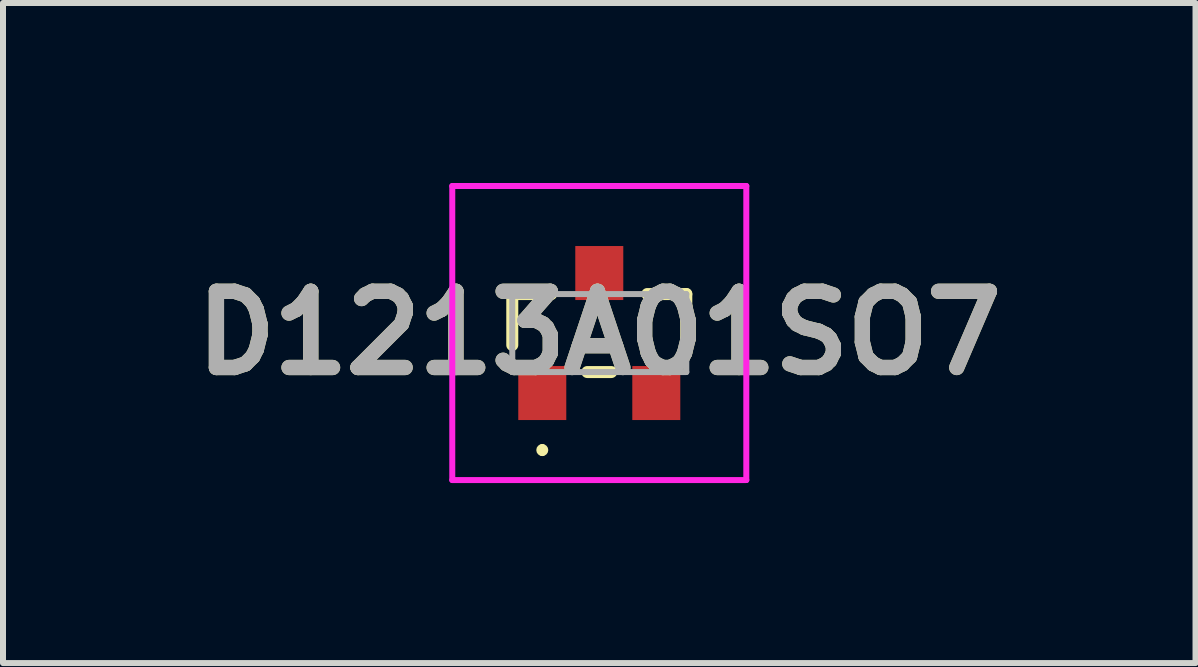
<source format=kicad_pcb>
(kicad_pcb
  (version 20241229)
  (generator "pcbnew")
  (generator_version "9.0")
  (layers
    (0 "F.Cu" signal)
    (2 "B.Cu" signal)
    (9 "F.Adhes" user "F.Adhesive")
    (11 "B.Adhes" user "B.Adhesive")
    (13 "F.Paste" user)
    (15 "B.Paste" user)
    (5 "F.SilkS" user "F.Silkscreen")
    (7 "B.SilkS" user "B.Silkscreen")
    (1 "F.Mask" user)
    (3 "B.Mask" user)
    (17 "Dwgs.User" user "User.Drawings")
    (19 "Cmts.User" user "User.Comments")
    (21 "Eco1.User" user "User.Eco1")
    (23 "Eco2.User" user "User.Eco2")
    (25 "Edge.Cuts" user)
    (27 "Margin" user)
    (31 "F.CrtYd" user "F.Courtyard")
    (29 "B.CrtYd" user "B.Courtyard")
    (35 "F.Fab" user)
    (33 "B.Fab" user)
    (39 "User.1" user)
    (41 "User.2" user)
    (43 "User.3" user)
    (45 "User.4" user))
  (footprint "D1213A01SO7"
    (layer "F.Cu")
    (at 6.937 2.5)
    (property "Reference" "D1213A01SO7" (at 0 0 0) (layer "F.SilkS") (effects (font (size 1.27 1.27) (thickness 0.254))))
    (attr smd)
    (fp_line (start -1.45 -0.65) (end -1.45 0.2) (stroke (width 0.2) (type solid)) (layer "F.SilkS"))
    (fp_line (start -0.95 1.9) (end -0.95 1.9) (stroke (width 0.1) (type solid)) (layer "F.SilkS"))
    (fp_line (start -0.95 2) (end -0.95 2) (stroke (width 0.1) (type solid)) (layer "F.SilkS"))
    (fp_line (start -0.8 -0.65) (end -1.45 -0.65) (stroke (width 0.2) (type solid)) (layer "F.SilkS"))
    (fp_line (start -0.2 0.65) (end 0.2 0.65) (stroke (width 0.2) (type solid)) (layer "F.SilkS"))
    (fp_line (start 0.8 -0.65) (end 1.45 -0.65) (stroke (width 0.2) (type solid)) (layer "F.SilkS"))
    (fp_line (start 1.45 -0.65) (end 1.45 0.2) (stroke (width 0.2) (type solid)) (layer "F.SilkS"))
    (fp_arc (start -0.95 1.9) (mid -0.9 1.95) (end -0.95 2) (stroke (width 0.1) (type solid)) (layer "F.SilkS"))
    (fp_arc (start -0.95 2) (mid -1 1.95) (end -0.95 1.9) (stroke (width 0.1) (type solid)) (layer "F.SilkS"))
    (fp_line (start -2.45 -2.45) (end 2.45 -2.45) (stroke (width 0.1) (type solid)) (layer "F.CrtYd"))
    (fp_line (start -2.45 2.45) (end -2.45 -2.45) (stroke (width 0.1) (type solid)) (layer "F.CrtYd"))
    (fp_line (start 2.45 -2.45) (end 2.45 2.45) (stroke (width 0.1) (type solid)) (layer "F.CrtYd"))
    (fp_line (start 2.45 2.45) (end -2.45 2.45) (stroke (width 0.1) (type solid)) (layer "F.CrtYd"))
    (fp_line (start -1.45 -0.65) (end 1.45 -0.65) (stroke (width 0.1) (type solid)) (layer "F.Fab"))
    (fp_line (start -1.45 0.65) (end -1.45 -0.65) (stroke (width 0.1) (type solid)) (layer "F.Fab"))
    (fp_line (start 1.45 -0.65) (end 1.45 0.65) (stroke (width 0.1) (type solid)) (layer "F.Fab"))
    (fp_line (start 1.45 0.65) (end -1.45 0.65) (stroke (width 0.1) (type solid)) (layer "F.Fab"))
    (fp_text user "${REFERENCE}" (at 0 0 0) (layer "F.Fab") (effects (font (size 1.27 1.27) (thickness 0.254))))
    (pad "1" smd rect (at -0.95 1) (size 0.8 0.9) (layers "F.Cu" "F.Mask" "F.Paste"))
    (pad "2" smd rect (at 0.95 1) (size 0.8 0.9) (layers "F.Cu" "F.Mask" "F.Paste"))
    (pad "3" smd rect (at 0 -1) (size 0.8 0.9) (layers "F.Cu" "F.Mask" "F.Paste")))
  (gr_rect
    (start -3 -3)
    (end 16.873 8)
    (stroke (width 0.1) (type default))
    (fill no)
    (layer "Edge.Cuts")))
</source>
